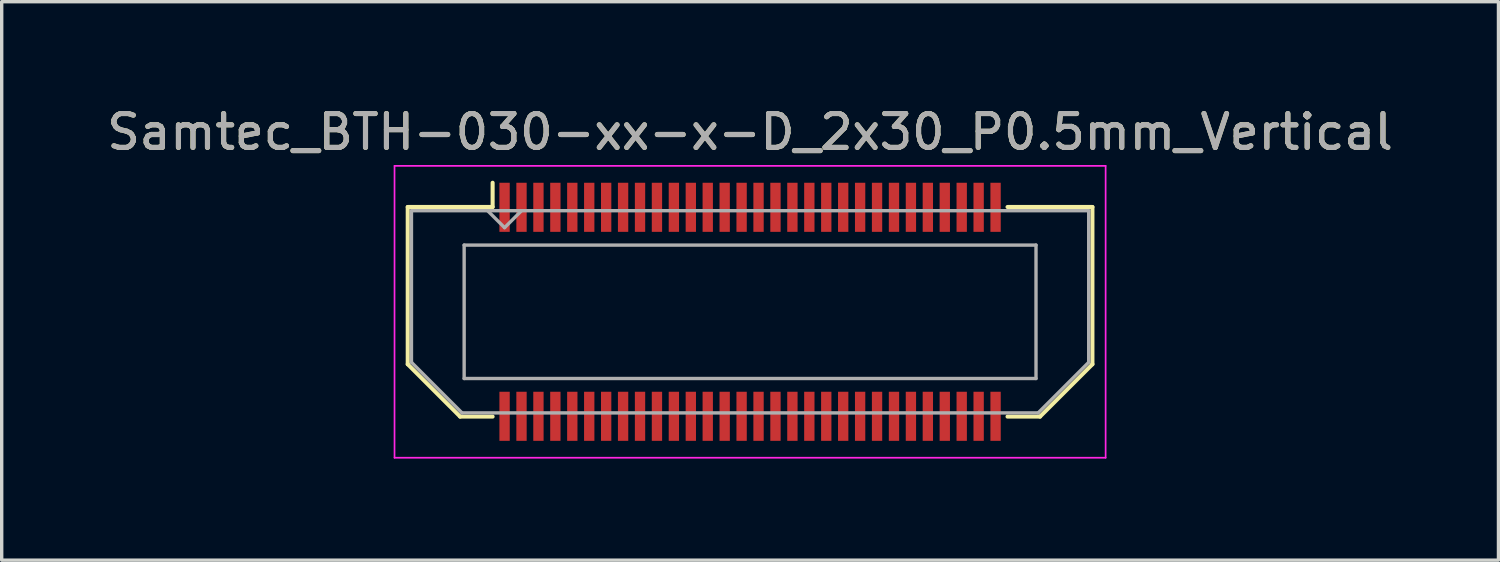
<source format=kicad_pcb>
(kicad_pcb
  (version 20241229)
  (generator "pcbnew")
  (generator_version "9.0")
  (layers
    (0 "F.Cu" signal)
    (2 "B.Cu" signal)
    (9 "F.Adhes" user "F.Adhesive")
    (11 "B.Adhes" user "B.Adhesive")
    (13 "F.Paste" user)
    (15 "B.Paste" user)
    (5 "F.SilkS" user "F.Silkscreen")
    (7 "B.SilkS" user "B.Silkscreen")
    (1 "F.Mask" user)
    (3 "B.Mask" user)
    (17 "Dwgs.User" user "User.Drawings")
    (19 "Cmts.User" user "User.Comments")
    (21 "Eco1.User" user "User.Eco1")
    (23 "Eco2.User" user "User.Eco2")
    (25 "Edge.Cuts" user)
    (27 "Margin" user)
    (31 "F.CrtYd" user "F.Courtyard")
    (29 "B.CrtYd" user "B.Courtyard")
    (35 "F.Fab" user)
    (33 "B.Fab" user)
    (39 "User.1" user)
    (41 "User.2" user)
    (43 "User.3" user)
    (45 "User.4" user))
  (footprint "Samtec_BTH-030-xx-x-D_2x30_P0.5mm_Vertical"
    (layer "F.Cu")
    (at 19.101 6.158)
    (property "Reference" "Samtec_BTH-030-xx-x-D_2x30_P0.5mm_Vertical" (at 0 -5.31 0) (layer "F.SilkS") (effects (font (size 1 1) (thickness 0.15))))
    (attr smd)
    (fp_line (start -10.11 -3.095) (end -10.11 1.548) (stroke (width 0.12) (type solid)) (layer "F.SilkS"))
    (fp_line (start -10.11 1.548) (end -8.562 3.095) (stroke (width 0.12) (type solid)) (layer "F.SilkS"))
    (fp_line (start -8.562 3.095) (end -7.603 3.095) (stroke (width 0.12) (type solid)) (layer "F.SilkS"))
    (fp_line (start -7.603 -3.811) (end -7.603 -3.095) (stroke (width 0.12) (type solid)) (layer "F.SilkS"))
    (fp_line (start -7.603 -3.095) (end -10.11 -3.095) (stroke (width 0.12) (type solid)) (layer "F.SilkS"))
    (fp_line (start 7.603 -3.095) (end 10.11 -3.095) (stroke (width 0.12) (type solid)) (layer "F.SilkS"))
    (fp_line (start 8.562 3.095) (end 7.603 3.095) (stroke (width 0.12) (type solid)) (layer "F.SilkS"))
    (fp_line (start 10.11 -3.095) (end 10.11 1.548) (stroke (width 0.12) (type solid)) (layer "F.SilkS"))
    (fp_line (start 10.11 1.548) (end 8.562 3.095) (stroke (width 0.12) (type solid)) (layer "F.SilkS"))
    (fp_line (start -10.5 -4.31) (end -10.5 4.31) (stroke (width 0.05) (type solid)) (layer "F.CrtYd"))
    (fp_line (start -10.5 4.31) (end 10.5 4.31) (stroke (width 0.05) (type solid)) (layer "F.CrtYd"))
    (fp_line (start 10.5 -4.31) (end -10.5 -4.31) (stroke (width 0.05) (type solid)) (layer "F.CrtYd"))
    (fp_line (start 10.5 4.31) (end 10.5 -4.31) (stroke (width 0.05) (type solid)) (layer "F.CrtYd"))
    (fp_line (start -10 -2.985) (end -10 1.492) (stroke (width 0.1) (type solid)) (layer "F.Fab"))
    (fp_line (start -10 -2.985) (end 10 -2.985) (stroke (width 0.1) (type solid)) (layer "F.Fab"))
    (fp_line (start -10 1.492) (end -8.508 2.985) (stroke (width 0.1) (type solid)) (layer "F.Fab"))
    (fp_line (start -8.508 2.985) (end 8.508 2.985) (stroke (width 0.1) (type solid)) (layer "F.Fab"))
    (fp_line (start -8.444 -1.97) (end -8.444 1.97) (stroke (width 0.1) (type solid)) (layer "F.Fab"))
    (fp_line (start -8.444 1.97) (end 8.444 1.97) (stroke (width 0.1) (type solid)) (layer "F.Fab"))
    (fp_line (start -7.25 -2.485) (end -7.75 -2.985) (stroke (width 0.1) (type solid)) (layer "F.Fab"))
    (fp_line (start -6.75 -2.985) (end -7.25 -2.485) (stroke (width 0.1) (type solid)) (layer "F.Fab"))
    (fp_line (start 8.444 -1.97) (end -8.444 -1.97) (stroke (width 0.1) (type solid)) (layer "F.Fab"))
    (fp_line (start 8.444 1.97) (end 8.444 -1.97) (stroke (width 0.1) (type solid)) (layer "F.Fab"))
    (fp_line (start 10 -2.985) (end 10 1.492) (stroke (width 0.1) (type solid)) (layer "F.Fab"))
    (fp_line (start 10 1.492) (end 8.508 2.985) (stroke (width 0.1) (type solid)) (layer "F.Fab"))
    (fp_text user "${REFERENCE}" (at 0 -5.31 0) (layer "F.Fab") (effects (font (size 1 1) (thickness 0.15))))
    (pad "1" smd rect (at -7.25 -3.086) (size 0.305 1.45) (layers "F.Cu" "F.Mask" "F.Paste"))
    (pad "2" smd rect (at -7.25 3.086) (size 0.305 1.45) (layers "F.Cu" "F.Mask" "F.Paste"))
    (pad "3" smd rect (at -6.75 -3.086) (size 0.305 1.45) (layers "F.Cu" "F.Mask" "F.Paste"))
    (pad "4" smd rect (at -6.75 3.086) (size 0.305 1.45) (layers "F.Cu" "F.Mask" "F.Paste"))
    (pad "5" smd rect (at -6.25 -3.086) (size 0.305 1.45) (layers "F.Cu" "F.Mask" "F.Paste"))
    (pad "6" smd rect (at -6.25 3.086) (size 0.305 1.45) (layers "F.Cu" "F.Mask" "F.Paste"))
    (pad "7" smd rect (at -5.75 -3.086) (size 0.305 1.45) (layers "F.Cu" "F.Mask" "F.Paste"))
    (pad "8" smd rect (at -5.75 3.086) (size 0.305 1.45) (layers "F.Cu" "F.Mask" "F.Paste"))
    (pad "9" smd rect (at -5.25 -3.086) (size 0.305 1.45) (layers "F.Cu" "F.Mask" "F.Paste"))
    (pad "10" smd rect (at -5.25 3.086) (size 0.305 1.45) (layers "F.Cu" "F.Mask" "F.Paste"))
    (pad "11" smd rect (at -4.75 -3.086) (size 0.305 1.45) (layers "F.Cu" "F.Mask" "F.Paste"))
    (pad "12" smd rect (at -4.75 3.086) (size 0.305 1.45) (layers "F.Cu" "F.Mask" "F.Paste"))
    (pad "13" smd rect (at -4.25 -3.086) (size 0.305 1.45) (layers "F.Cu" "F.Mask" "F.Paste"))
    (pad "14" smd rect (at -4.25 3.086) (size 0.305 1.45) (layers "F.Cu" "F.Mask" "F.Paste"))
    (pad "15" smd rect (at -3.75 -3.086) (size 0.305 1.45) (layers "F.Cu" "F.Mask" "F.Paste"))
    (pad "16" smd rect (at -3.75 3.086) (size 0.305 1.45) (layers "F.Cu" "F.Mask" "F.Paste"))
    (pad "17" smd rect (at -3.25 -3.086) (size 0.305 1.45) (layers "F.Cu" "F.Mask" "F.Paste"))
    (pad "18" smd rect (at -3.25 3.086) (size 0.305 1.45) (layers "F.Cu" "F.Mask" "F.Paste"))
    (pad "19" smd rect (at -2.75 -3.086) (size 0.305 1.45) (layers "F.Cu" "F.Mask" "F.Paste"))
    (pad "20" smd rect (at -2.75 3.086) (size 0.305 1.45) (layers "F.Cu" "F.Mask" "F.Paste"))
    (pad "21" smd rect (at -2.25 -3.086) (size 0.305 1.45) (layers "F.Cu" "F.Mask" "F.Paste"))
    (pad "22" smd rect (at -2.25 3.086) (size 0.305 1.45) (layers "F.Cu" "F.Mask" "F.Paste"))
    (pad "23" smd rect (at -1.75 -3.086) (size 0.305 1.45) (layers "F.Cu" "F.Mask" "F.Paste"))
    (pad "24" smd rect (at -1.75 3.086) (size 0.305 1.45) (layers "F.Cu" "F.Mask" "F.Paste"))
    (pad "25" smd rect (at -1.25 -3.086) (size 0.305 1.45) (layers "F.Cu" "F.Mask" "F.Paste"))
    (pad "26" smd rect (at -1.25 3.086) (size 0.305 1.45) (layers "F.Cu" "F.Mask" "F.Paste"))
    (pad "27" smd rect (at -0.75 -3.086) (size 0.305 1.45) (layers "F.Cu" "F.Mask" "F.Paste"))
    (pad "28" smd rect (at -0.75 3.086) (size 0.305 1.45) (layers "F.Cu" "F.Mask" "F.Paste"))
    (pad "29" smd rect (at -0.25 -3.086) (size 0.305 1.45) (layers "F.Cu" "F.Mask" "F.Paste"))
    (pad "30" smd rect (at -0.25 3.086) (size 0.305 1.45) (layers "F.Cu" "F.Mask" "F.Paste"))
    (pad "31" smd rect (at 0.25 -3.086) (size 0.305 1.45) (layers "F.Cu" "F.Mask" "F.Paste"))
    (pad "32" smd rect (at 0.25 3.086) (size 0.305 1.45) (layers "F.Cu" "F.Mask" "F.Paste"))
    (pad "33" smd rect (at 0.75 -3.086) (size 0.305 1.45) (layers "F.Cu" "F.Mask" "F.Paste"))
    (pad "34" smd rect (at 0.75 3.086) (size 0.305 1.45) (layers "F.Cu" "F.Mask" "F.Paste"))
    (pad "35" smd rect (at 1.25 -3.086) (size 0.305 1.45) (layers "F.Cu" "F.Mask" "F.Paste"))
    (pad "36" smd rect (at 1.25 3.086) (size 0.305 1.45) (layers "F.Cu" "F.Mask" "F.Paste"))
    (pad "37" smd rect (at 1.75 -3.086) (size 0.305 1.45) (layers "F.Cu" "F.Mask" "F.Paste"))
    (pad "38" smd rect (at 1.75 3.086) (size 0.305 1.45) (layers "F.Cu" "F.Mask" "F.Paste"))
    (pad "39" smd rect (at 2.25 -3.086) (size 0.305 1.45) (layers "F.Cu" "F.Mask" "F.Paste"))
    (pad "40" smd rect (at 2.25 3.086) (size 0.305 1.45) (layers "F.Cu" "F.Mask" "F.Paste"))
    (pad "41" smd rect (at 2.75 -3.086) (size 0.305 1.45) (layers "F.Cu" "F.Mask" "F.Paste"))
    (pad "42" smd rect (at 2.75 3.086) (size 0.305 1.45) (layers "F.Cu" "F.Mask" "F.Paste"))
    (pad "43" smd rect (at 3.25 -3.086) (size 0.305 1.45) (layers "F.Cu" "F.Mask" "F.Paste"))
    (pad "44" smd rect (at 3.25 3.086) (size 0.305 1.45) (layers "F.Cu" "F.Mask" "F.Paste"))
    (pad "45" smd rect (at 3.75 -3.086) (size 0.305 1.45) (layers "F.Cu" "F.Mask" "F.Paste"))
    (pad "46" smd rect (at 3.75 3.086) (size 0.305 1.45) (layers "F.Cu" "F.Mask" "F.Paste"))
    (pad "47" smd rect (at 4.25 -3.086) (size 0.305 1.45) (layers "F.Cu" "F.Mask" "F.Paste"))
    (pad "48" smd rect (at 4.25 3.086) (size 0.305 1.45) (layers "F.Cu" "F.Mask" "F.Paste"))
    (pad "49" smd rect (at 4.75 -3.086) (size 0.305 1.45) (layers "F.Cu" "F.Mask" "F.Paste"))
    (pad "50" smd rect (at 4.75 3.086) (size 0.305 1.45) (layers "F.Cu" "F.Mask" "F.Paste"))
    (pad "51" smd rect (at 5.25 -3.086) (size 0.305 1.45) (layers "F.Cu" "F.Mask" "F.Paste"))
    (pad "52" smd rect (at 5.25 3.086) (size 0.305 1.45) (layers "F.Cu" "F.Mask" "F.Paste"))
    (pad "53" smd rect (at 5.75 -3.086) (size 0.305 1.45) (layers "F.Cu" "F.Mask" "F.Paste"))
    (pad "54" smd rect (at 5.75 3.086) (size 0.305 1.45) (layers "F.Cu" "F.Mask" "F.Paste"))
    (pad "55" smd rect (at 6.25 -3.086) (size 0.305 1.45) (layers "F.Cu" "F.Mask" "F.Paste"))
    (pad "56" smd rect (at 6.25 3.086) (size 0.305 1.45) (layers "F.Cu" "F.Mask" "F.Paste"))
    (pad "57" smd rect (at 6.75 -3.086) (size 0.305 1.45) (layers "F.Cu" "F.Mask" "F.Paste"))
    (pad "58" smd rect (at 6.75 3.086) (size 0.305 1.45) (layers "F.Cu" "F.Mask" "F.Paste"))
    (pad "59" smd rect (at 7.25 -3.086) (size 0.305 1.45) (layers "F.Cu" "F.Mask" "F.Paste"))
    (pad "60" smd rect (at 7.25 3.086) (size 0.305 1.45) (layers "F.Cu" "F.Mask" "F.Paste")))
  (gr_rect
    (start -3 -3)
    (end 41.202 13.493)
    (stroke (width 0.1) (type default))
    (fill no)
    (layer "Edge.Cuts")))
</source>
